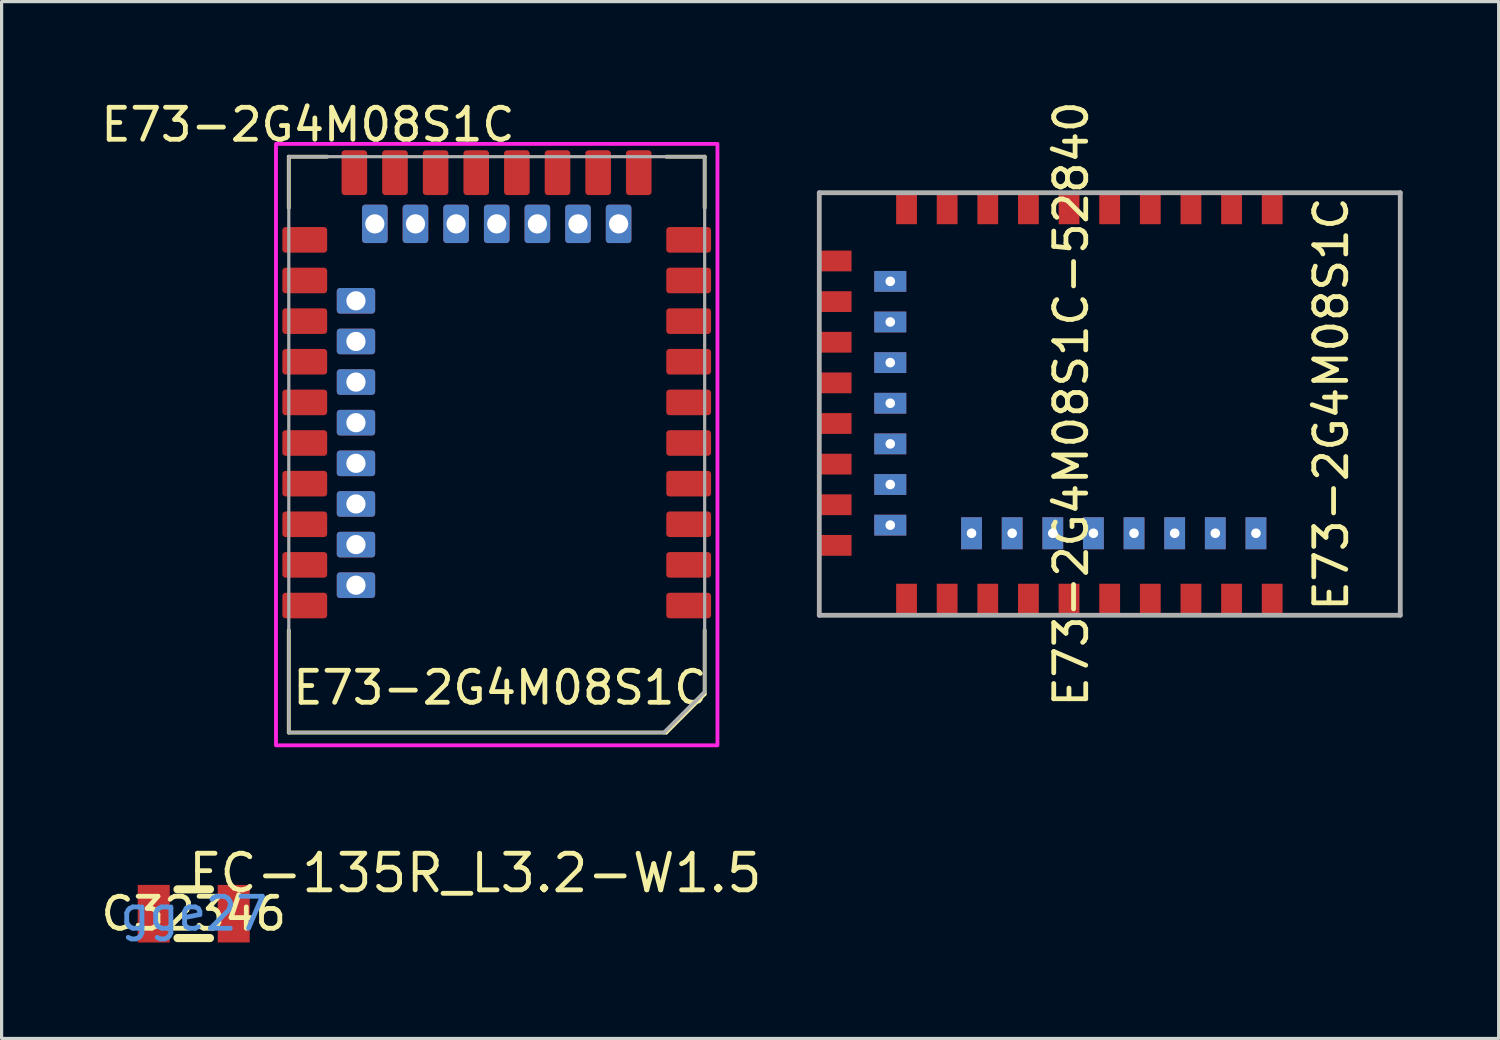
<source format=kicad_pcb>
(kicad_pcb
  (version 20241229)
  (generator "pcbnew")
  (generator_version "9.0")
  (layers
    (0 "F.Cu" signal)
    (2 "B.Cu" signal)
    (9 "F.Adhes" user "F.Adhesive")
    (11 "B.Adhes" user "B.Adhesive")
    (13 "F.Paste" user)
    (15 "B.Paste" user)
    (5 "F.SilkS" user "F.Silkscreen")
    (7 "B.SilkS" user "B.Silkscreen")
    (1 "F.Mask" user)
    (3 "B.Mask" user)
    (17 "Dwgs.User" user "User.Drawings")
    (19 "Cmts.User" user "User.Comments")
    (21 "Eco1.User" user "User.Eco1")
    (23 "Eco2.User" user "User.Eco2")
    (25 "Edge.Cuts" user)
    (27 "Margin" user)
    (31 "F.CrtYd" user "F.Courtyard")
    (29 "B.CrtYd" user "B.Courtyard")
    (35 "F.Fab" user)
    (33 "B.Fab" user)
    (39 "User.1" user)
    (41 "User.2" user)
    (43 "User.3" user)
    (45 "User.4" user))
  (footprint "E73-2G4M08S1C"
    (layer "F.Cu")
    (at 18.977 1.848)
    (property "Reference" "E73-2G4M08S1C" (at -12.4 -1 0) (unlocked yes) (layer "F.SilkS") (effects (font (size 1 1) (thickness 0.15))))
    (property "Value" "E73-2G4M08S1C" (at -6.4 16.6 0) (unlocked yes) (layer "F.Fab") (hide yes) (effects (font (size 1 1) (thickness 0.15))))
    (attr smd)
    (fp_line (start -13 0) (end -13 1.6) (stroke (width 0.12) (type solid)) (layer "F.SilkS"))
    (fp_line (start -13 14.8) (end -13 18) (stroke (width 0.12) (type solid)) (layer "F.SilkS"))
    (fp_line (start -13 18) (end -1.2 18) (stroke (width 0.12) (type solid)) (layer "F.SilkS"))
    (fp_line (start -11.8 0) (end -13 0) (stroke (width 0.12) (type solid)) (layer "F.SilkS"))
    (fp_line (start -1.2 0) (end 0 0) (stroke (width 0.12) (type solid)) (layer "F.SilkS"))
    (fp_line (start -1.2 18) (end 0 16.8) (stroke (width 0.12) (type solid)) (layer "F.SilkS"))
    (fp_line (start 0 0) (end 0 1.6) (stroke (width 0.12) (type solid)) (layer "F.SilkS"))
    (fp_line (start 0 16.8) (end 0 14.8) (stroke (width 0.12) (type solid)) (layer "F.SilkS"))
    (fp_rect (start 0.4 18.4) (end -13.4 -0.4) (stroke (width 0.12) (type solid)) (fill no) (layer "F.CrtYd"))
    (fp_line (start -13 0) (end 0 0) (stroke (width 0.1) (type solid)) (layer "F.Fab"))
    (fp_line (start -13 18) (end -13 0) (stroke (width 0.1) (type solid)) (layer "F.Fab"))
    (fp_line (start -1.27 18) (end -13 18) (stroke (width 0.1) (type solid)) (layer "F.Fab"))
    (fp_line (start 0 0) (end 0 16.73) (stroke (width 0.1) (type solid)) (layer "F.Fab"))
    (fp_line (start 0 16.73) (end -1.27 18) (stroke (width 0.12) (type solid)) (layer "F.Fab"))
    (fp_text user "${VALUE}" (at -6.4 16.6 0) (unlocked yes) (layer "F.SilkS") (effects (font (size 1 1) (thickness 0.15))))
    (pad "1" smd roundrect (at -0.5 14.03) (size 1.4 0.8) (layers "F.Cu" "F.Mask" "F.Paste") (roundrect_rratio 0.125))
    (pad "2" smd roundrect (at -0.5 12.76) (size 1.4 0.8) (layers "F.Cu" "F.Mask" "F.Paste") (roundrect_rratio 0.125))
    (pad "3" smd roundrect (at -0.5 11.49) (size 1.4 0.8) (layers "F.Cu" "F.Mask" "F.Paste") (roundrect_rratio 0.125))
    (pad "4" smd roundrect (at -0.5 10.22) (size 1.4 0.8) (layers "F.Cu" "F.Mask" "F.Paste") (roundrect_rratio 0.125))
    (pad "5" smd roundrect (at -0.5 8.95) (size 1.4 0.8) (layers "F.Cu" "F.Mask" "F.Paste") (roundrect_rratio 0.125))
    (pad "6" smd roundrect (at -0.5 7.68) (size 1.4 0.8) (layers "F.Cu" "F.Mask" "F.Paste") (roundrect_rratio 0.125))
    (pad "7" smd roundrect (at -0.5 6.41) (size 1.4 0.8) (layers "F.Cu" "F.Mask" "F.Paste") (roundrect_rratio 0.125))
    (pad "8" smd roundrect (at -0.5 5.14) (size 1.4 0.8) (layers "F.Cu" "F.Mask" "F.Paste") (roundrect_rratio 0.125))
    (pad "9" smd roundrect (at -0.5 3.87) (size 1.4 0.8) (layers "F.Cu" "F.Mask" "F.Paste") (roundrect_rratio 0.125))
    (pad "10" smd roundrect (at -0.5 2.6) (size 1.4 0.8) (layers "F.Cu" "F.Mask" "F.Paste") (roundrect_rratio 0.125))
    (pad "11" smd roundrect (at -2.06 0.5 90) (size 1.4 0.8) (layers "F.Cu" "F.Mask" "F.Paste") (roundrect_rratio 0.125))
    (pad "12" thru_hole roundrect (at -2.69 2.1 90) (size 1.2 0.8) (drill 0.6) (layers "*.Cu" "*.Mask" "F.Paste") (roundrect_rratio 0.125))
    (pad "13" smd roundrect (at -3.33 0.5 90) (size 1.4 0.8) (layers "F.Cu" "F.Mask" "F.Paste") (roundrect_rratio 0.125))
    (pad "14" thru_hole roundrect (at -3.96 2.1 90) (size 1.2 0.8) (drill 0.6) (layers "*.Cu" "*.Mask" "F.Paste") (roundrect_rratio 0.125))
    (pad "15" smd roundrect (at -4.6 0.5 90) (size 1.4 0.8) (layers "F.Cu" "F.Mask" "F.Paste") (roundrect_rratio 0.125))
    (pad "16" thru_hole roundrect (at -5.23 2.1 90) (size 1.2 0.8) (drill 0.6) (layers "*.Cu" "*.Mask" "F.Paste") (roundrect_rratio 0.125))
    (pad "17" smd roundrect (at -5.87 0.5 90) (size 1.4 0.8) (layers "F.Cu" "F.Mask" "F.Paste") (roundrect_rratio 0.125))
    (pad "18" thru_hole roundrect (at -6.5 2.1 90) (size 1.2 0.8) (drill 0.6) (layers "*.Cu" "*.Mask" "F.Paste") (roundrect_rratio 0.125))
    (pad "19" smd roundrect (at -7.14 0.5 90) (size 1.4 0.8) (layers "F.Cu" "F.Mask" "F.Paste") (roundrect_rratio 0.125))
    (pad "20" thru_hole roundrect (at -7.77 2.1 90) (size 1.2 0.8) (drill 0.6) (layers "*.Cu" "*.Mask" "F.Paste") (roundrect_rratio 0.125))
    (pad "21" smd roundrect (at -8.41 0.5 90) (size 1.4 0.8) (layers "F.Cu" "F.Mask" "F.Paste") (roundrect_rratio 0.125))
    (pad "22" thru_hole roundrect (at -9.04 2.1 90) (size 1.2 0.8) (drill 0.6) (layers "*.Cu" "*.Mask" "F.Paste") (roundrect_rratio 0.125))
    (pad "23" smd roundrect (at -9.68 0.5 90) (size 1.4 0.8) (layers "F.Cu" "F.Mask" "F.Paste") (roundrect_rratio 0.125))
    (pad "24" thru_hole roundrect (at -10.31 2.1 90) (size 1.2 0.8) (drill 0.6) (layers "*.Cu" "*.Mask" "F.Paste") (roundrect_rratio 0.125))
    (pad "25" smd roundrect (at -10.95 0.5 90) (size 1.4 0.8) (layers "F.Cu" "F.Mask" "F.Paste") (roundrect_rratio 0.125))
    (pad "26" smd roundrect (at -12.5 2.6) (size 1.4 0.8) (layers "F.Cu" "F.Mask" "F.Paste") (roundrect_rratio 0.125))
    (pad "27" smd roundrect (at -12.5 3.87) (size 1.4 0.8) (layers "F.Cu" "F.Mask" "F.Paste") (roundrect_rratio 0.125))
    (pad "28" thru_hole roundrect (at -10.9 4.505) (size 1.2 0.8) (drill 0.6) (layers "*.Cu" "*.Mask" "F.Paste") (roundrect_rratio 0.125))
    (pad "29" smd roundrect (at -12.5 5.14) (size 1.4 0.8) (layers "F.Cu" "F.Mask" "F.Paste") (roundrect_rratio 0.125))
    (pad "30" thru_hole roundrect (at -10.9 5.775) (size 1.2 0.8) (drill 0.6) (layers "*.Cu" "*.Mask" "F.Paste") (roundrect_rratio 0.125))
    (pad "31" smd roundrect (at -12.5 6.41) (size 1.4 0.8) (layers "F.Cu" "F.Mask" "F.Paste") (roundrect_rratio 0.125))
    (pad "32" thru_hole roundrect (at -10.9 7.045) (size 1.2 0.8) (drill 0.6) (layers "*.Cu" "*.Mask" "F.Paste") (roundrect_rratio 0.125))
    (pad "33" smd roundrect (at -12.5 7.68) (size 1.4 0.8) (layers "F.Cu" "F.Mask" "F.Paste") (roundrect_rratio 0.125))
    (pad "34" thru_hole roundrect (at -10.9 8.315) (size 1.2 0.8) (drill 0.6) (layers "*.Cu" "*.Mask" "F.Paste") (roundrect_rratio 0.125))
    (pad "35" smd roundrect (at -12.5 8.95) (size 1.4 0.8) (layers "F.Cu" "F.Mask" "F.Paste") (roundrect_rratio 0.125))
    (pad "36" thru_hole roundrect (at -10.9 9.585) (size 1.2 0.8) (drill 0.6) (layers "*.Cu" "*.Mask" "F.Paste") (roundrect_rratio 0.125))
    (pad "37" smd roundrect (at -12.5 10.22) (size 1.4 0.8) (layers "F.Cu" "F.Mask" "F.Paste") (roundrect_rratio 0.125))
    (pad "38" thru_hole roundrect (at -10.9 10.855) (size 1.2 0.8) (drill 0.6) (layers "*.Cu" "*.Mask" "F.Paste") (roundrect_rratio 0.125))
    (pad "39" smd roundrect (at -12.5 11.49) (size 1.4 0.8) (layers "F.Cu" "F.Mask" "F.Paste") (roundrect_rratio 0.125))
    (pad "40" thru_hole roundrect (at -10.9 12.125) (size 1.2 0.8) (drill 0.6) (layers "*.Cu" "*.Mask" "F.Paste") (roundrect_rratio 0.125))
    (pad "41" smd roundrect (at -12.5 12.76) (size 1.4 0.8) (layers "F.Cu" "F.Mask" "F.Paste") (roundrect_rratio 0.125))
    (pad "42" thru_hole roundrect (at -10.9 13.395) (size 1.2 0.8) (drill 0.6) (layers "*.Cu" "*.Mask" "F.Paste") (roundrect_rratio 0.125))
    (pad "43" smd roundrect (at -12.5 14.03) (size 1.4 0.8) (layers "F.Cu" "F.Mask" "F.Paste") (roundrect_rratio 0.125))
    (zone (net_name "") (layers "F.Cu" "B.Cu") (name "ANTENNA") (hatch edge 0.508) (connect_pads) (min_thickness 0.254) (filled_areas_thickness no) (keepout (tracks not_allowed) (vias not_allowed) (pads not_allowed) (copperpour not_allowed) (footprints allowed)) (placement (enabled no)) (fill) (polygon (pts (xy 18.977 19.848) (xy 5.977 19.848) (xy 5.977 16.648) (xy 18.977 16.648)))))
  (footprint "FC-135R_L3.2-W1.5"
    (layer "F.Cu")
    (at 3.006 25.511)
    (property "Reference" "FC-135R_L3.2-W1.5" (at -0.253 -1.267 0) (layer "F.SilkS") (effects (font (size 1.143 1.143) (thickness 0.152)) (justify left)))
    (attr smd)
    (fp_line (start -0.508 -0.762) (end 0.508 -0.762) (stroke (width 0.254) (type solid)) (layer "F.SilkS"))
    (fp_line (start 0.508 0.762) (end -0.508 0.762) (stroke (width 0.254) (type solid)) (layer "F.SilkS"))
    (fp_text user "C32346" (at 0 0 0) (layer "F.SilkS") (effects (font (size 1 1) (thickness 0.15))))
    (fp_text user "gge27" (at 0 0 0) (layer "Cmts.User") (effects (font (size 1 1) (thickness 0.15))))
    (pad "1" smd rect (at -1.25 0 90) (size 1.8 1) (layers "F.Cu" "F.Mask" "F.Paste"))
    (pad "2" smd rect (at 1.25 0 90) (size 1.8 1) (layers "F.Cu" "F.Mask" "F.Paste")))
  (footprint "E73-2G4M08S1C-52840"
    (layer "F.Cu")
    (at 22.687 9.578)
    (property "Reference" "E73-2G4M08S1C-52840" (at 7.747 -0.000467 270) (layer "F.SilkS") (effects (font (size 1 1) (thickness 0.15))))
    (fp_line (start -0.127 -6.604) (end -0.127 6.604) (stroke (width 0.15) (type solid)) (layer "F.Fab"))
    (fp_line (start -0.127 6.604) (end 18.034 6.604) (stroke (width 0.15) (type solid)) (layer "F.Fab"))
    (fp_line (start 18.034 -6.604) (end -0.127 -6.604) (stroke (width 0.15) (type solid)) (layer "F.Fab"))
    (fp_line (start 18.034 6.604) (end 18.034 -6.604) (stroke (width 0.15) (type solid)) (layer "F.Fab"))
    (fp_text user "E73-2G4M08S1C" (at 15.875 0 90) (layer "F.SilkS") (effects (font (size 1 1) (thickness 0.15))))
    (pad "1" smd rect (at 14.03 -6.119) (size 0.65 1) (layers "F.Cu" "F.Mask" "F.Paste"))
    (pad "2" smd rect (at 12.76 -6.119) (size 0.65 1) (layers "F.Cu" "F.Mask" "F.Paste"))
    (pad "3" smd rect (at 11.49 -6.119) (size 0.65 1) (layers "F.Cu" "F.Mask" "F.Paste"))
    (pad "4" smd rect (at 10.22 -6.119) (size 0.65 1) (layers "F.Cu" "F.Mask" "F.Paste"))
    (pad "5" smd rect (at 8.95 -6.119) (size 0.65 1) (layers "F.Cu" "F.Mask" "F.Paste"))
    (pad "6" smd rect (at 7.68 -6.119) (size 0.65 1) (layers "F.Cu" "F.Mask" "F.Paste"))
    (pad "7" smd rect (at 6.41 -6.119) (size 0.65 1) (layers "F.Cu" "F.Mask" "F.Paste"))
    (pad "8" smd rect (at 5.14 -6.119) (size 0.65 1) (layers "F.Cu" "F.Mask" "F.Paste"))
    (pad "9" smd rect (at 3.87 -6.119) (size 0.65 1) (layers "F.Cu" "F.Mask" "F.Paste"))
    (pad "10" smd rect (at 2.6 -6.119) (size 0.65 1) (layers "F.Cu" "F.Mask" "F.Paste"))
    (pad "11" smd rect (at 0.381 -4.47 90) (size 0.65 1) (layers "F.Cu" "F.Mask" "F.Paste"))
    (pad "12" thru_hole rect (at 2.092 -3.833 90) (size 0.65 1) (drill 0.3) (layers "*.Cu" "*.Mask"))
    (pad "13" smd rect (at 0.381 -3.2 90) (size 0.65 1) (layers "F.Cu" "F.Mask" "F.Paste"))
    (pad "14" thru_hole rect (at 2.092 -2.563 90) (size 0.65 1) (drill 0.3) (layers "*.Cu" "*.Mask"))
    (pad "15" smd rect (at 0.381 -1.93 90) (size 0.65 1) (layers "F.Cu" "F.Mask" "F.Paste"))
    (pad "16" thru_hole rect (at 2.092 -1.293 90) (size 0.65 1) (drill 0.3) (layers "*.Cu" "*.Mask"))
    (pad "17" smd rect (at 0.381 -0.66 90) (size 0.65 1) (layers "F.Cu" "F.Mask" "F.Paste"))
    (pad "18" thru_hole rect (at 2.092 -0.023 90) (size 0.65 1) (drill 0.3) (layers "*.Cu" "*.Mask"))
    (pad "19" smd rect (at 0.381 0.61 90) (size 0.65 1) (layers "F.Cu" "F.Mask" "F.Paste"))
    (pad "20" thru_hole rect (at 2.092 1.247 90) (size 0.65 1) (drill 0.3) (layers "*.Cu" "*.Mask"))
    (pad "21" smd rect (at 0.381 1.88 90) (size 0.65 1) (layers "F.Cu" "F.Mask" "F.Paste"))
    (pad "22" thru_hole rect (at 2.092 2.517 90) (size 0.65 1) (drill 0.3) (layers "*.Cu" "*.Mask"))
    (pad "23" smd rect (at 0.381 3.15 90) (size 0.65 1) (layers "F.Cu" "F.Mask" "F.Paste"))
    (pad "24" thru_hole rect (at 2.092 3.787 90) (size 0.65 1) (drill 0.3) (layers "*.Cu" "*.Mask"))
    (pad "25" smd rect (at 0.381 4.42 90) (size 0.65 1) (layers "F.Cu" "F.Mask" "F.Paste"))
    (pad "26" smd rect (at 2.6 6.119) (size 0.65 1) (layers "F.Cu" "F.Mask" "F.Paste"))
    (pad "27" smd rect (at 3.87 6.119) (size 0.65 1) (layers "F.Cu" "F.Mask" "F.Paste"))
    (pad "28" thru_hole rect (at 4.632 4.041) (size 0.65 1) (drill 0.3) (layers "*.Cu" "*.Mask"))
    (pad "29" smd rect (at 5.14 6.119) (size 0.65 1) (layers "F.Cu" "F.Mask" "F.Paste"))
    (pad "30" thru_hole rect (at 5.902 4.041) (size 0.65 1) (drill 0.3) (layers "*.Cu" "*.Mask"))
    (pad "31" smd rect (at 6.41 6.119) (size 0.65 1) (layers "F.Cu" "F.Mask" "F.Paste"))
    (pad "32" thru_hole rect (at 7.172 4.041) (size 0.65 1) (drill 0.3) (layers "*.Cu" "*.Mask"))
    (pad "33" smd rect (at 7.68 6.119) (size 0.65 1) (layers "F.Cu" "F.Mask" "F.Paste"))
    (pad "34" thru_hole rect (at 8.442 4.041) (size 0.65 1) (drill 0.3) (layers "*.Cu" "*.Mask"))
    (pad "35" smd rect (at 8.95 6.119) (size 0.65 1) (layers "F.Cu" "F.Mask" "F.Paste"))
    (pad "36" thru_hole rect (at 9.712 4.041) (size 0.65 1) (drill 0.3) (layers "*.Cu" "*.Mask"))
    (pad "37" smd rect (at 10.22 6.119) (size 0.65 1) (layers "F.Cu" "F.Mask" "F.Paste"))
    (pad "38" thru_hole rect (at 10.982 4.041) (size 0.65 1) (drill 0.3) (layers "*.Cu" "*.Mask"))
    (pad "39" smd rect (at 11.49 6.119) (size 0.65 1) (layers "F.Cu" "F.Mask" "F.Paste"))
    (pad "40" thru_hole rect (at 12.252 4.041) (size 0.65 1) (drill 0.3) (layers "*.Cu" "*.Mask"))
    (pad "41" smd rect (at 12.76 6.119) (size 0.65 1) (layers "F.Cu" "F.Mask" "F.Paste"))
    (pad "42" thru_hole rect (at 13.522 4.041) (size 0.65 1) (drill 0.3) (layers "*.Cu" "*.Mask"))
    (pad "43" smd rect (at 14.03 6.119) (size 0.65 1) (layers "F.Cu" "F.Mask" "F.Paste")))
  (gr_rect
    (start -3 -3)
    (end 43.796 29.411)
    (stroke (width 0.1) (type default))
    (fill no)
    (layer "Edge.Cuts")))
</source>
